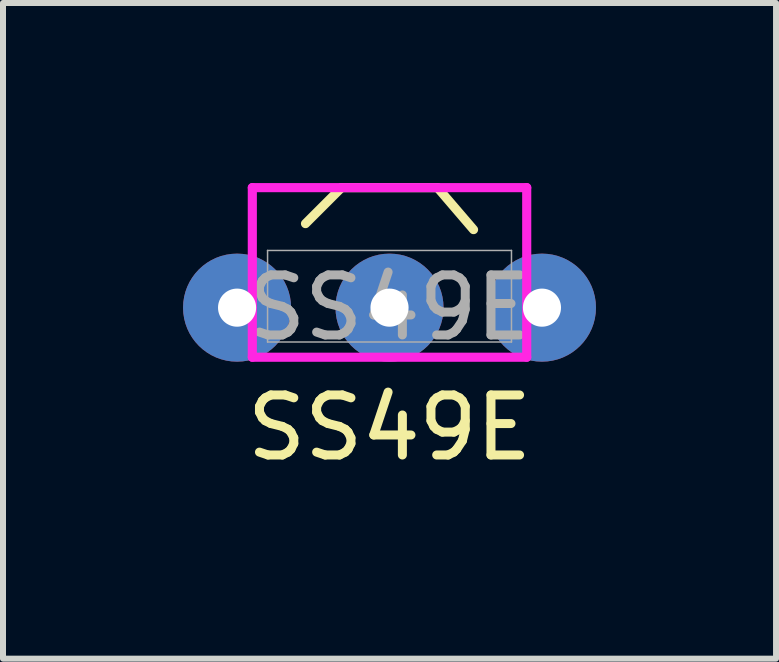
<source format=kicad_pcb>
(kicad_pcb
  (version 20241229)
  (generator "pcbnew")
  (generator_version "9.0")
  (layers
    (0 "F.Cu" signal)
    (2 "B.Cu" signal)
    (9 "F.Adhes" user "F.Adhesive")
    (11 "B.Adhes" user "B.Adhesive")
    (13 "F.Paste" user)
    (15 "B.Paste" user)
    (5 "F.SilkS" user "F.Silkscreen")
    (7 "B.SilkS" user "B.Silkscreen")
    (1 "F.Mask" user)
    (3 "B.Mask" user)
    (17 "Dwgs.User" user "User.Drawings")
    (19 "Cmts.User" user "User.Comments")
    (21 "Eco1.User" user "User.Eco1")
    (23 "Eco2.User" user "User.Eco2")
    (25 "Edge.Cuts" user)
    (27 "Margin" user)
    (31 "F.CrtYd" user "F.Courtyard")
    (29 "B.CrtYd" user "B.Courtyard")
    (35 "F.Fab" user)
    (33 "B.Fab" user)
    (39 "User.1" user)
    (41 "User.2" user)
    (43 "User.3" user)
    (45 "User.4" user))
  (footprint "SS49E"
    (layer "F.Cu")
    (at 3.44 2.076)
    (property "Reference" "SS49E" (at 0 2 0) (unlocked yes) (layer "F.SilkS") (effects (font (size 1 1) (thickness 0.15))))
    (attr through_hole)
    (fp_line (start -0.8 -2) (end -1.4 -1.4) (stroke (width 0.152) (type solid)) (layer "F.SilkS"))
    (fp_line (start 0.8 -2) (end -0.8 -2) (stroke (width 0.152) (type solid)) (layer "F.SilkS"))
    (fp_line (start 0.8 -2) (end 1.4 -1.3) (stroke (width 0.152) (type solid)) (layer "F.SilkS"))
    (fp_line (start -2.286 -2) (end -2.286 0.826) (stroke (width 0.152) (type solid)) (layer "F.CrtYd"))
    (fp_line (start -2.286 0.826) (end 2.286 0.826) (stroke (width 0.152) (type solid)) (layer "F.CrtYd"))
    (fp_line (start 2.286 -2) (end -2.286 -2) (stroke (width 0.152) (type solid)) (layer "F.CrtYd"))
    (fp_line (start 2.286 0.826) (end 2.286 -2) (stroke (width 0.152) (type solid)) (layer "F.CrtYd"))
    (fp_line (start -2.032 -0.953) (end -2.032 0.572) (stroke (width 0.025) (type solid)) (layer "F.Fab"))
    (fp_line (start -2.032 0.572) (end 2.032 0.572) (stroke (width 0.025) (type solid)) (layer "F.Fab"))
    (fp_line (start 2.032 -0.953) (end -2.032 -0.953) (stroke (width 0.025) (type solid)) (layer "F.Fab"))
    (fp_line (start 2.032 0.572) (end 2.032 -0.953) (stroke (width 0.025) (type solid)) (layer "F.Fab"))
    (fp_text user "${REFERENCE}" (at 0 0 0) (unlocked yes) (layer "F.Fab") (effects (font (size 1 1) (thickness 0.15))))
    (pad "1" thru_hole circle (at 2.54 0) (size 1.8 1.8) (drill 0.635) (layers "*.Cu" "*.Mask"))
    (pad "2" thru_hole circle (at 0 0) (size 1.8 1.8) (drill 0.635) (layers "*.Cu" "*.Mask"))
    (pad "3" thru_hole circle (at -2.54 0) (size 1.8 1.8) (drill 0.635) (layers "*.Cu" "*.Mask")))
  (gr_rect
    (start -3 -3)
    (end 9.88 7.924)
    (stroke (width 0.1) (type default))
    (fill no)
    (layer "Edge.Cuts")))
</source>
